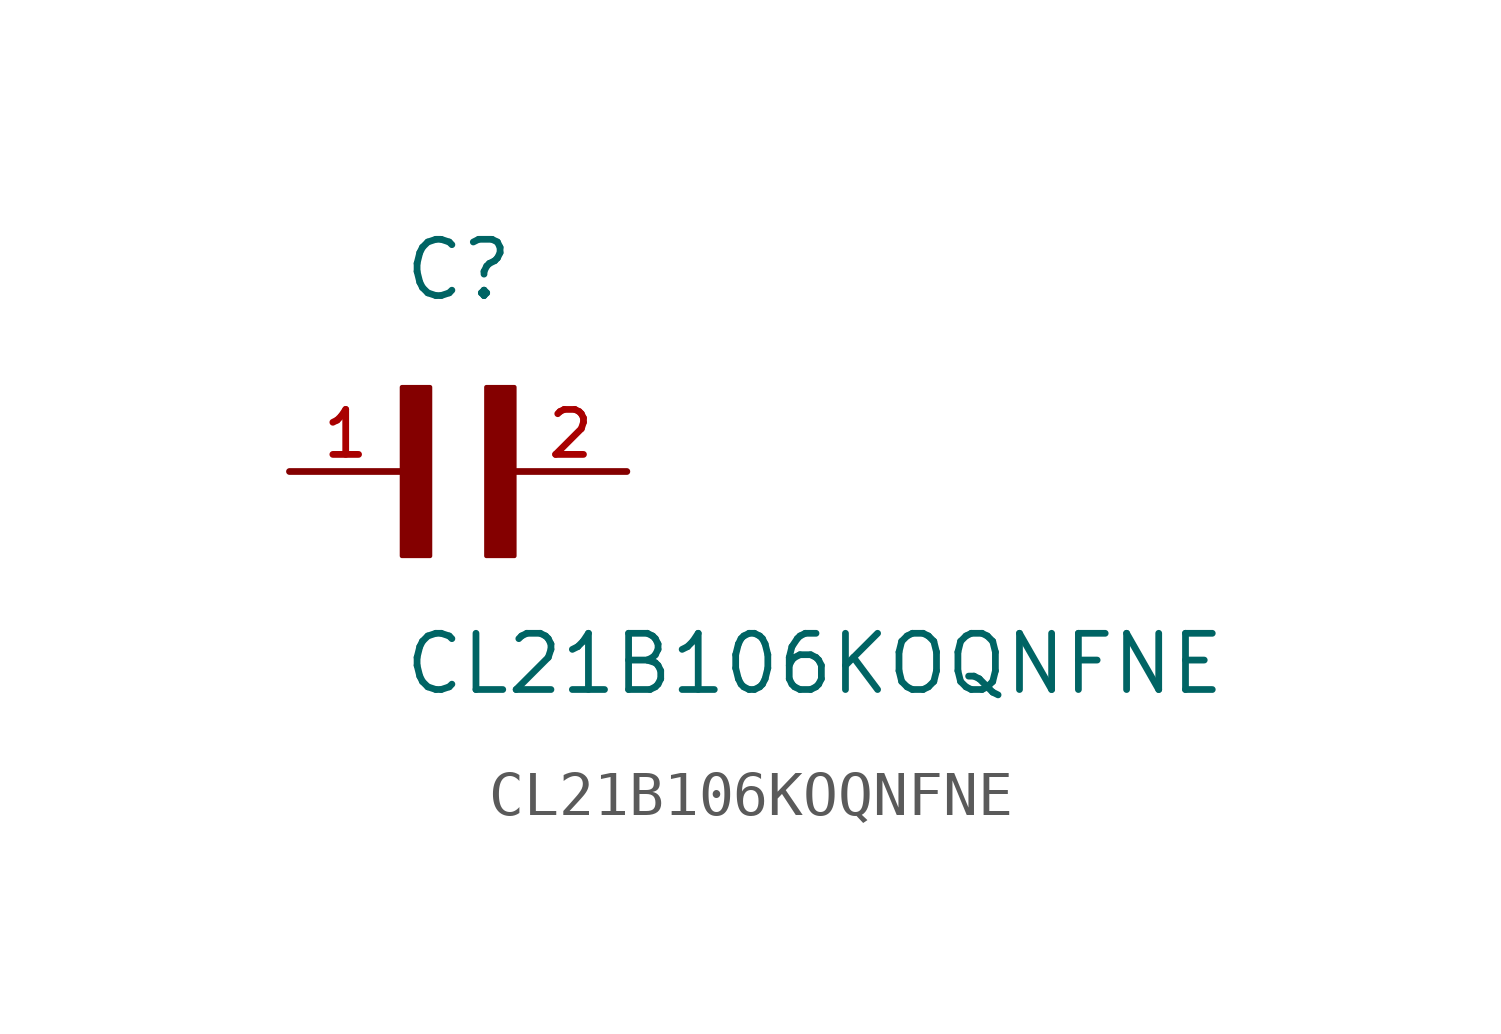
<source format=kicad_sym>
(kicad_symbol_lib
  (version 20211014)
  (generator kicad_symbol_editor)
  (symbol "CL21B106KOQNFNE"
    (pin_names
      (offset 1.016))
    (property "Reference" "C"
      (at 0.0 3.811 0)
      (effects (font (size 1.27 1.27)) (justify bottom left)))
    (property "Value" "CL21B106KOQNFNE"
      (at 0.0 -5.088 0)
      (effects (font (size 1.27 1.27)) (justify bottom left)))
    (symbol "CL21B106KOQNFNE_0_0"
      (rectangle (start 0.0 -1.907) (end 0.635 1.905) (stroke (width 0.1)) (fill (type outline)))
      (rectangle (start 1.907 -1.907) (end 2.54 1.905) (stroke (width 0.1)) (fill (type outline)))
      (pin passive line (at -2.54 0.0 0) (length 2.54) (name "~" (effects (font (size 1.016 1.016)))) (number "1" (effects (font (size 1.016 1.016)))))
      (pin passive line (at 5.08 0.0 180.0) (length 2.54) (name "~" (effects (font (size 1.016 1.016)))) (number "2" (effects (font (size 1.016 1.016))))))))
</source>
